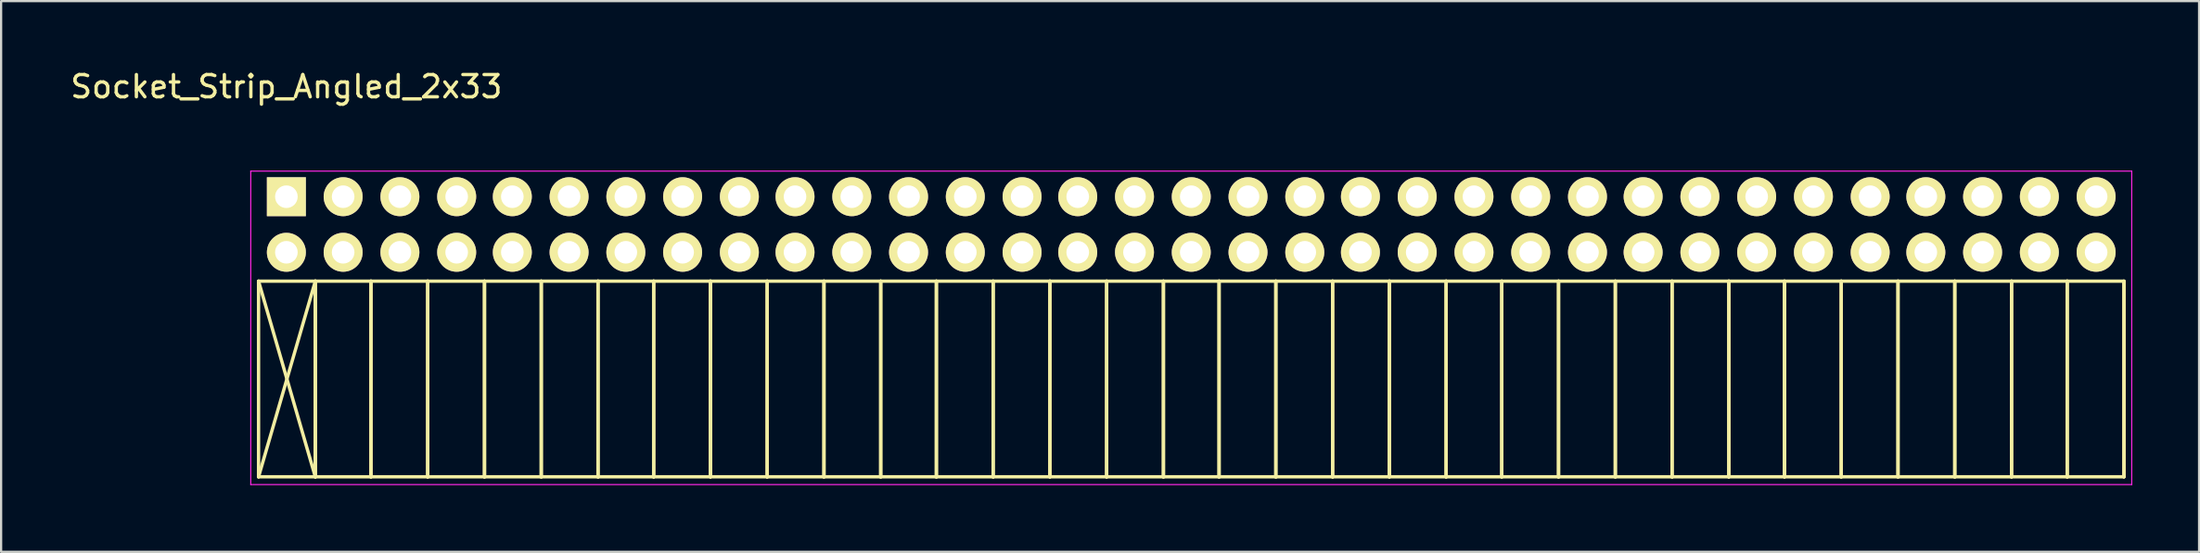
<source format=kicad_pcb>
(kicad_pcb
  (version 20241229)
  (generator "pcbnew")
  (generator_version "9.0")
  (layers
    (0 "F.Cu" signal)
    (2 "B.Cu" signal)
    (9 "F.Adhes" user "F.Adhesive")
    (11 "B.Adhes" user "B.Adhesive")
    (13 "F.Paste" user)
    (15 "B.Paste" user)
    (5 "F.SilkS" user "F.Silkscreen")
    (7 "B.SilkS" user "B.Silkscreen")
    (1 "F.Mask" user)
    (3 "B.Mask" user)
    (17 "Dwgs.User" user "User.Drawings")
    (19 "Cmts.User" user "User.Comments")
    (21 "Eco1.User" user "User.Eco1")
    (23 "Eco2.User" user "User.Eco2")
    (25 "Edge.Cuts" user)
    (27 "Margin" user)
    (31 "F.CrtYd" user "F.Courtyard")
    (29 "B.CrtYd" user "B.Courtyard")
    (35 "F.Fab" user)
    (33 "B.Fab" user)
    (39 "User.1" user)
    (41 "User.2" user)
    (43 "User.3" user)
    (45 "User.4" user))
  (footprint "Socket_Strip_Angled_2x33"
    (layer "F.Cu")
    (at 9.815 5.798)
    (property "Reference" "Socket_Strip_Angled_2x33" (at 0 -4.95 0) (layer "F.SilkS") (effects (font (size 1 1) (thickness 0.15))))
    (attr through_hole)
    (fp_line (start -1.25 3.8) (end -1.25 12.6) (stroke (width 0.15) (type solid)) (layer "F.SilkS"))
    (fp_line (start -1.25 3.8) (end 1.3 3.8) (stroke (width 0.15) (type solid)) (layer "F.SilkS"))
    (fp_line (start -1.25 3.8) (end 1.3 12.6) (stroke (width 0.15) (type solid)) (layer "F.SilkS"))
    (fp_line (start -1.25 12.6) (end 1.3 3.8) (stroke (width 0.15) (type solid)) (layer "F.SilkS"))
    (fp_line (start -1.25 12.6) (end 1.3 12.6) (stroke (width 0.15) (type solid)) (layer "F.SilkS"))
    (fp_line (start 1.3 3.8) (end 1.3 12.6) (stroke (width 0.15) (type solid)) (layer "F.SilkS"))
    (fp_line (start 1.3 3.8) (end 3.8 3.8) (stroke (width 0.15) (type solid)) (layer "F.SilkS"))
    (fp_line (start 1.3 12.6) (end 1.3 3.8) (stroke (width 0.15) (type solid)) (layer "F.SilkS"))
    (fp_line (start 1.3 12.6) (end 3.8 12.6) (stroke (width 0.15) (type solid)) (layer "F.SilkS"))
    (fp_line (start 3.8 3.8) (end 3.8 12.6) (stroke (width 0.15) (type solid)) (layer "F.SilkS"))
    (fp_line (start 3.8 3.8) (end 6.35 3.8) (stroke (width 0.15) (type solid)) (layer "F.SilkS"))
    (fp_line (start 3.8 12.6) (end 3.8 3.8) (stroke (width 0.15) (type solid)) (layer "F.SilkS"))
    (fp_line (start 3.8 12.6) (end 6.35 12.6) (stroke (width 0.15) (type solid)) (layer "F.SilkS"))
    (fp_line (start 6.35 3.8) (end 6.35 12.6) (stroke (width 0.15) (type solid)) (layer "F.SilkS"))
    (fp_line (start 6.35 3.8) (end 8.9 3.8) (stroke (width 0.15) (type solid)) (layer "F.SilkS"))
    (fp_line (start 6.35 12.6) (end 6.35 3.8) (stroke (width 0.15) (type solid)) (layer "F.SilkS"))
    (fp_line (start 6.35 12.6) (end 8.9 12.6) (stroke (width 0.15) (type solid)) (layer "F.SilkS"))
    (fp_line (start 8.9 3.8) (end 8.9 12.6) (stroke (width 0.15) (type solid)) (layer "F.SilkS"))
    (fp_line (start 8.9 3.8) (end 11.45 3.8) (stroke (width 0.15) (type solid)) (layer "F.SilkS"))
    (fp_line (start 8.9 12.6) (end 8.9 3.8) (stroke (width 0.15) (type solid)) (layer "F.SilkS"))
    (fp_line (start 8.9 12.6) (end 11.45 12.6) (stroke (width 0.15) (type solid)) (layer "F.SilkS"))
    (fp_line (start 11.45 3.8) (end 11.45 12.6) (stroke (width 0.15) (type solid)) (layer "F.SilkS"))
    (fp_line (start 11.45 3.8) (end 14 3.8) (stroke (width 0.15) (type solid)) (layer "F.SilkS"))
    (fp_line (start 11.45 12.6) (end 11.45 3.8) (stroke (width 0.15) (type solid)) (layer "F.SilkS"))
    (fp_line (start 11.45 12.6) (end 14 12.6) (stroke (width 0.15) (type solid)) (layer "F.SilkS"))
    (fp_line (start 14 3.8) (end 14 12.6) (stroke (width 0.15) (type solid)) (layer "F.SilkS"))
    (fp_line (start 14 3.8) (end 16.5 3.8) (stroke (width 0.15) (type solid)) (layer "F.SilkS"))
    (fp_line (start 14 12.6) (end 14 3.8) (stroke (width 0.15) (type solid)) (layer "F.SilkS"))
    (fp_line (start 14 12.6) (end 16.5 12.6) (stroke (width 0.15) (type solid)) (layer "F.SilkS"))
    (fp_line (start 16.5 3.8) (end 16.5 12.6) (stroke (width 0.15) (type solid)) (layer "F.SilkS"))
    (fp_line (start 16.5 3.8) (end 19.05 3.8) (stroke (width 0.15) (type solid)) (layer "F.SilkS"))
    (fp_line (start 16.5 12.6) (end 16.5 3.8) (stroke (width 0.15) (type solid)) (layer "F.SilkS"))
    (fp_line (start 16.5 12.6) (end 19.05 12.6) (stroke (width 0.15) (type solid)) (layer "F.SilkS"))
    (fp_line (start 19.05 3.8) (end 19.05 12.6) (stroke (width 0.15) (type solid)) (layer "F.SilkS"))
    (fp_line (start 19.05 3.8) (end 21.6 3.8) (stroke (width 0.15) (type solid)) (layer "F.SilkS"))
    (fp_line (start 19.05 12.6) (end 19.05 3.8) (stroke (width 0.15) (type solid)) (layer "F.SilkS"))
    (fp_line (start 19.05 12.6) (end 21.6 12.6) (stroke (width 0.15) (type solid)) (layer "F.SilkS"))
    (fp_line (start 21.6 3.8) (end 21.6 12.6) (stroke (width 0.15) (type solid)) (layer "F.SilkS"))
    (fp_line (start 21.6 3.8) (end 24.15 3.8) (stroke (width 0.15) (type solid)) (layer "F.SilkS"))
    (fp_line (start 21.6 12.6) (end 21.6 3.8) (stroke (width 0.15) (type solid)) (layer "F.SilkS"))
    (fp_line (start 21.6 12.6) (end 24.15 12.6) (stroke (width 0.15) (type solid)) (layer "F.SilkS"))
    (fp_line (start 24.15 3.8) (end 24.15 12.6) (stroke (width 0.15) (type solid)) (layer "F.SilkS"))
    (fp_line (start 24.15 3.8) (end 26.7 3.8) (stroke (width 0.15) (type solid)) (layer "F.SilkS"))
    (fp_line (start 24.15 12.6) (end 24.15 3.8) (stroke (width 0.15) (type solid)) (layer "F.SilkS"))
    (fp_line (start 24.15 12.6) (end 26.7 12.6) (stroke (width 0.15) (type solid)) (layer "F.SilkS"))
    (fp_line (start 26.7 3.8) (end 26.7 12.6) (stroke (width 0.15) (type solid)) (layer "F.SilkS"))
    (fp_line (start 26.7 3.8) (end 29.2 3.8) (stroke (width 0.15) (type solid)) (layer "F.SilkS"))
    (fp_line (start 26.7 12.6) (end 26.7 3.8) (stroke (width 0.15) (type solid)) (layer "F.SilkS"))
    (fp_line (start 26.7 12.6) (end 29.2 12.6) (stroke (width 0.15) (type solid)) (layer "F.SilkS"))
    (fp_line (start 29.2 3.8) (end 29.2 12.6) (stroke (width 0.15) (type solid)) (layer "F.SilkS"))
    (fp_line (start 29.2 3.8) (end 31.75 3.8) (stroke (width 0.15) (type solid)) (layer "F.SilkS"))
    (fp_line (start 29.2 12.6) (end 29.2 3.8) (stroke (width 0.15) (type solid)) (layer "F.SilkS"))
    (fp_line (start 29.2 12.6) (end 31.75 12.6) (stroke (width 0.15) (type solid)) (layer "F.SilkS"))
    (fp_line (start 31.75 3.8) (end 31.75 12.6) (stroke (width 0.15) (type solid)) (layer "F.SilkS"))
    (fp_line (start 31.75 3.8) (end 34.3 3.8) (stroke (width 0.15) (type solid)) (layer "F.SilkS"))
    (fp_line (start 31.75 12.6) (end 31.75 3.8) (stroke (width 0.15) (type solid)) (layer "F.SilkS"))
    (fp_line (start 31.75 12.6) (end 34.3 12.6) (stroke (width 0.15) (type solid)) (layer "F.SilkS"))
    (fp_line (start 34.3 3.8) (end 34.3 12.6) (stroke (width 0.15) (type solid)) (layer "F.SilkS"))
    (fp_line (start 34.3 3.8) (end 36.85 3.8) (stroke (width 0.15) (type solid)) (layer "F.SilkS"))
    (fp_line (start 34.3 12.6) (end 34.3 3.8) (stroke (width 0.15) (type solid)) (layer "F.SilkS"))
    (fp_line (start 34.3 12.6) (end 36.85 12.6) (stroke (width 0.15) (type solid)) (layer "F.SilkS"))
    (fp_line (start 36.85 3.8) (end 36.85 12.6) (stroke (width 0.15) (type solid)) (layer "F.SilkS"))
    (fp_line (start 36.85 3.8) (end 39.4 3.8) (stroke (width 0.15) (type solid)) (layer "F.SilkS"))
    (fp_line (start 36.85 12.6) (end 36.85 3.8) (stroke (width 0.15) (type solid)) (layer "F.SilkS"))
    (fp_line (start 36.85 12.6) (end 39.4 12.6) (stroke (width 0.15) (type solid)) (layer "F.SilkS"))
    (fp_line (start 39.4 3.8) (end 39.4 12.6) (stroke (width 0.15) (type solid)) (layer "F.SilkS"))
    (fp_line (start 39.4 3.8) (end 41.9 3.8) (stroke (width 0.15) (type solid)) (layer "F.SilkS"))
    (fp_line (start 39.4 12.6) (end 39.4 3.8) (stroke (width 0.15) (type solid)) (layer "F.SilkS"))
    (fp_line (start 39.4 12.6) (end 41.9 12.6) (stroke (width 0.15) (type solid)) (layer "F.SilkS"))
    (fp_line (start 41.9 3.8) (end 41.9 12.6) (stroke (width 0.15) (type solid)) (layer "F.SilkS"))
    (fp_line (start 41.9 3.8) (end 44.45 3.8) (stroke (width 0.15) (type solid)) (layer "F.SilkS"))
    (fp_line (start 41.9 12.6) (end 41.9 3.8) (stroke (width 0.15) (type solid)) (layer "F.SilkS"))
    (fp_line (start 41.9 12.6) (end 44.45 12.6) (stroke (width 0.15) (type solid)) (layer "F.SilkS"))
    (fp_line (start 44.45 3.8) (end 44.45 12.6) (stroke (width 0.15) (type solid)) (layer "F.SilkS"))
    (fp_line (start 44.45 3.8) (end 47 3.8) (stroke (width 0.15) (type solid)) (layer "F.SilkS"))
    (fp_line (start 44.45 12.6) (end 44.45 3.8) (stroke (width 0.15) (type solid)) (layer "F.SilkS"))
    (fp_line (start 44.45 12.6) (end 47 12.6) (stroke (width 0.15) (type solid)) (layer "F.SilkS"))
    (fp_line (start 47 3.8) (end 47 12.6) (stroke (width 0.15) (type solid)) (layer "F.SilkS"))
    (fp_line (start 47 3.8) (end 49.55 3.8) (stroke (width 0.15) (type solid)) (layer "F.SilkS"))
    (fp_line (start 47 12.6) (end 47 3.8) (stroke (width 0.15) (type solid)) (layer "F.SilkS"))
    (fp_line (start 47 12.6) (end 49.55 12.6) (stroke (width 0.15) (type solid)) (layer "F.SilkS"))
    (fp_line (start 49.55 3.8) (end 49.55 12.6) (stroke (width 0.15) (type solid)) (layer "F.SilkS"))
    (fp_line (start 49.55 3.8) (end 52.1 3.8) (stroke (width 0.15) (type solid)) (layer "F.SilkS"))
    (fp_line (start 49.55 12.6) (end 49.55 3.8) (stroke (width 0.15) (type solid)) (layer "F.SilkS"))
    (fp_line (start 49.55 12.6) (end 52.1 12.6) (stroke (width 0.15) (type solid)) (layer "F.SilkS"))
    (fp_line (start 52.1 3.8) (end 52.1 12.6) (stroke (width 0.15) (type solid)) (layer "F.SilkS"))
    (fp_line (start 52.1 3.8) (end 54.6 3.8) (stroke (width 0.15) (type solid)) (layer "F.SilkS"))
    (fp_line (start 52.1 12.6) (end 52.1 3.8) (stroke (width 0.15) (type solid)) (layer "F.SilkS"))
    (fp_line (start 52.1 12.6) (end 54.6 12.6) (stroke (width 0.15) (type solid)) (layer "F.SilkS"))
    (fp_line (start 54.6 3.8) (end 54.6 12.6) (stroke (width 0.15) (type solid)) (layer "F.SilkS"))
    (fp_line (start 54.6 3.8) (end 57.15 3.8) (stroke (width 0.15) (type solid)) (layer "F.SilkS"))
    (fp_line (start 54.6 12.6) (end 54.6 3.8) (stroke (width 0.15) (type solid)) (layer "F.SilkS"))
    (fp_line (start 54.6 12.6) (end 57.15 12.6) (stroke (width 0.15) (type solid)) (layer "F.SilkS"))
    (fp_line (start 57.15 3.8) (end 57.15 12.6) (stroke (width 0.15) (type solid)) (layer "F.SilkS"))
    (fp_line (start 57.15 3.8) (end 59.7 3.8) (stroke (width 0.15) (type solid)) (layer "F.SilkS"))
    (fp_line (start 57.15 12.6) (end 57.15 3.8) (stroke (width 0.15) (type solid)) (layer "F.SilkS"))
    (fp_line (start 57.15 12.6) (end 59.7 12.6) (stroke (width 0.15) (type solid)) (layer "F.SilkS"))
    (fp_line (start 59.7 3.8) (end 59.7 12.6) (stroke (width 0.15) (type solid)) (layer "F.SilkS"))
    (fp_line (start 59.7 3.8) (end 62.25 3.8) (stroke (width 0.15) (type solid)) (layer "F.SilkS"))
    (fp_line (start 59.7 12.6) (end 59.7 3.8) (stroke (width 0.15) (type solid)) (layer "F.SilkS"))
    (fp_line (start 59.7 12.6) (end 62.25 12.6) (stroke (width 0.15) (type solid)) (layer "F.SilkS"))
    (fp_line (start 62.25 3.8) (end 62.25 12.6) (stroke (width 0.15) (type solid)) (layer "F.SilkS"))
    (fp_line (start 62.25 3.8) (end 64.8 3.8) (stroke (width 0.15) (type solid)) (layer "F.SilkS"))
    (fp_line (start 62.25 12.6) (end 62.25 3.8) (stroke (width 0.15) (type solid)) (layer "F.SilkS"))
    (fp_line (start 62.25 12.6) (end 64.8 12.6) (stroke (width 0.15) (type solid)) (layer "F.SilkS"))
    (fp_line (start 64.8 3.8) (end 64.8 12.6) (stroke (width 0.15) (type solid)) (layer "F.SilkS"))
    (fp_line (start 64.8 3.8) (end 67.3 3.8) (stroke (width 0.15) (type solid)) (layer "F.SilkS"))
    (fp_line (start 64.8 12.6) (end 64.8 3.8) (stroke (width 0.15) (type solid)) (layer "F.SilkS"))
    (fp_line (start 64.8 12.6) (end 67.3 12.6) (stroke (width 0.15) (type solid)) (layer "F.SilkS"))
    (fp_line (start 67.3 3.8) (end 67.3 12.6) (stroke (width 0.15) (type solid)) (layer "F.SilkS"))
    (fp_line (start 67.3 3.8) (end 69.85 3.8) (stroke (width 0.15) (type solid)) (layer "F.SilkS"))
    (fp_line (start 67.3 12.6) (end 67.3 3.8) (stroke (width 0.15) (type solid)) (layer "F.SilkS"))
    (fp_line (start 67.3 12.6) (end 69.85 12.6) (stroke (width 0.15) (type solid)) (layer "F.SilkS"))
    (fp_line (start 69.85 3.8) (end 69.85 12.6) (stroke (width 0.15) (type solid)) (layer "F.SilkS"))
    (fp_line (start 69.85 3.8) (end 72.4 3.8) (stroke (width 0.15) (type solid)) (layer "F.SilkS"))
    (fp_line (start 69.85 12.6) (end 69.85 3.8) (stroke (width 0.15) (type solid)) (layer "F.SilkS"))
    (fp_line (start 69.85 12.6) (end 72.4 12.6) (stroke (width 0.15) (type solid)) (layer "F.SilkS"))
    (fp_line (start 72.4 3.8) (end 72.4 12.6) (stroke (width 0.15) (type solid)) (layer "F.SilkS"))
    (fp_line (start 72.4 3.8) (end 74.95 3.8) (stroke (width 0.15) (type solid)) (layer "F.SilkS"))
    (fp_line (start 72.4 12.6) (end 72.4 3.8) (stroke (width 0.15) (type solid)) (layer "F.SilkS"))
    (fp_line (start 72.4 12.6) (end 74.95 12.6) (stroke (width 0.15) (type solid)) (layer "F.SilkS"))
    (fp_line (start 74.95 3.8) (end 74.95 12.6) (stroke (width 0.15) (type solid)) (layer "F.SilkS"))
    (fp_line (start 74.95 3.8) (end 77.5 3.8) (stroke (width 0.15) (type solid)) (layer "F.SilkS"))
    (fp_line (start 74.95 12.6) (end 74.95 3.8) (stroke (width 0.15) (type solid)) (layer "F.SilkS"))
    (fp_line (start 74.95 12.6) (end 77.5 12.6) (stroke (width 0.15) (type solid)) (layer "F.SilkS"))
    (fp_line (start 77.5 3.8) (end 77.5 12.6) (stroke (width 0.15) (type solid)) (layer "F.SilkS"))
    (fp_line (start 77.5 3.8) (end 80 3.8) (stroke (width 0.15) (type solid)) (layer "F.SilkS"))
    (fp_line (start 77.5 12.6) (end 77.5 3.8) (stroke (width 0.15) (type solid)) (layer "F.SilkS"))
    (fp_line (start 77.5 12.6) (end 80 12.6) (stroke (width 0.15) (type solid)) (layer "F.SilkS"))
    (fp_line (start 80 3.8) (end 80 12.6) (stroke (width 0.15) (type solid)) (layer "F.SilkS"))
    (fp_line (start 80 3.8) (end 82.55 3.8) (stroke (width 0.15) (type solid)) (layer "F.SilkS"))
    (fp_line (start 80 12.6) (end 80 3.8) (stroke (width 0.15) (type solid)) (layer "F.SilkS"))
    (fp_line (start 80 12.6) (end 82.55 12.6) (stroke (width 0.15) (type solid)) (layer "F.SilkS"))
    (fp_line (start 82.55 3.8) (end 82.55 12.6) (stroke (width 0.15) (type solid)) (layer "F.SilkS"))
    (fp_line (start 82.55 12.6) (end 82.55 3.8) (stroke (width 0.15) (type solid)) (layer "F.SilkS"))
    (fp_line (start -1.6 -1.15) (end -1.6 12.95) (stroke (width 0.05) (type solid)) (layer "F.CrtYd"))
    (fp_line (start -1.6 -1.15) (end 82.9 -1.15) (stroke (width 0.05) (type solid)) (layer "F.CrtYd"))
    (fp_line (start -1.6 12.95) (end 82.9 12.95) (stroke (width 0.05) (type solid)) (layer "F.CrtYd"))
    (fp_line (start 82.9 -1.15) (end 82.9 12.95) (stroke (width 0.05) (type solid)) (layer "F.CrtYd"))
    (pad "1" thru_hole rect (at 0 0) (size 1.75 1.75) (drill 1.016) (layers "*.Cu" "*.Mask" "F.SilkS"))
    (pad "2" thru_hole oval (at 0 2.5) (size 1.75 1.75) (drill 1.016) (layers "*.Cu" "*.Mask" "F.SilkS"))
    (pad "3" thru_hole oval (at 2.55 0) (size 1.75 1.75) (drill 1.016) (layers "*.Cu" "*.Mask" "F.SilkS"))
    (pad "4" thru_hole oval (at 2.55 2.5) (size 1.75 1.75) (drill 1.016) (layers "*.Cu" "*.Mask" "F.SilkS"))
    (pad "5" thru_hole oval (at 5.1 0) (size 1.75 1.75) (drill 1.016) (layers "*.Cu" "*.Mask" "F.SilkS"))
    (pad "6" thru_hole oval (at 5.1 2.5) (size 1.75 1.75) (drill 1.016) (layers "*.Cu" "*.Mask" "F.SilkS"))
    (pad "7" thru_hole oval (at 7.65 0) (size 1.75 1.75) (drill 1.016) (layers "*.Cu" "*.Mask" "F.SilkS"))
    (pad "8" thru_hole oval (at 7.65 2.5) (size 1.75 1.75) (drill 1.016) (layers "*.Cu" "*.Mask" "F.SilkS"))
    (pad "9" thru_hole oval (at 10.15 0) (size 1.75 1.75) (drill 1.016) (layers "*.Cu" "*.Mask" "F.SilkS"))
    (pad "10" thru_hole oval (at 10.15 2.5) (size 1.75 1.75) (drill 1.016) (layers "*.Cu" "*.Mask" "F.SilkS"))
    (pad "11" thru_hole oval (at 12.7 0) (size 1.75 1.75) (drill 1.016) (layers "*.Cu" "*.Mask" "F.SilkS"))
    (pad "12" thru_hole oval (at 12.7 2.5) (size 1.75 1.75) (drill 1.016) (layers "*.Cu" "*.Mask" "F.SilkS"))
    (pad "13" thru_hole oval (at 15.25 0) (size 1.75 1.75) (drill 1.016) (layers "*.Cu" "*.Mask" "F.SilkS"))
    (pad "14" thru_hole oval (at 15.25 2.5) (size 1.75 1.75) (drill 1.016) (layers "*.Cu" "*.Mask" "F.SilkS"))
    (pad "15" thru_hole oval (at 17.8 0) (size 1.75 1.75) (drill 1.016) (layers "*.Cu" "*.Mask" "F.SilkS"))
    (pad "16" thru_hole oval (at 17.8 2.5) (size 1.75 1.75) (drill 1.016) (layers "*.Cu" "*.Mask" "F.SilkS"))
    (pad "17" thru_hole oval (at 20.35 0) (size 1.75 1.75) (drill 1.016) (layers "*.Cu" "*.Mask" "F.SilkS"))
    (pad "18" thru_hole oval (at 20.35 2.5) (size 1.75 1.75) (drill 1.016) (layers "*.Cu" "*.Mask" "F.SilkS"))
    (pad "19" thru_hole oval (at 22.85 0) (size 1.75 1.75) (drill 1.016) (layers "*.Cu" "*.Mask" "F.SilkS"))
    (pad "20" thru_hole oval (at 22.85 2.5) (size 1.75 1.75) (drill 1.016) (layers "*.Cu" "*.Mask" "F.SilkS"))
    (pad "21" thru_hole oval (at 25.4 0) (size 1.75 1.75) (drill 1.016) (layers "*.Cu" "*.Mask" "F.SilkS"))
    (pad "22" thru_hole oval (at 25.4 2.5) (size 1.75 1.75) (drill 1.016) (layers "*.Cu" "*.Mask" "F.SilkS"))
    (pad "23" thru_hole oval (at 27.95 0) (size 1.75 1.75) (drill 1.016) (layers "*.Cu" "*.Mask" "F.SilkS"))
    (pad "24" thru_hole oval (at 27.95 2.5) (size 1.75 1.75) (drill 1.016) (layers "*.Cu" "*.Mask" "F.SilkS"))
    (pad "25" thru_hole oval (at 30.5 0) (size 1.75 1.75) (drill 1.016) (layers "*.Cu" "*.Mask" "F.SilkS"))
    (pad "26" thru_hole oval (at 30.5 2.5) (size 1.75 1.75) (drill 1.016) (layers "*.Cu" "*.Mask" "F.SilkS"))
    (pad "27" thru_hole oval (at 33.05 0) (size 1.75 1.75) (drill 1.016) (layers "*.Cu" "*.Mask" "F.SilkS"))
    (pad "28" thru_hole oval (at 33.05 2.5) (size 1.75 1.75) (drill 1.016) (layers "*.Cu" "*.Mask" "F.SilkS"))
    (pad "29" thru_hole oval (at 35.55 0) (size 1.75 1.75) (drill 1.016) (layers "*.Cu" "*.Mask" "F.SilkS"))
    (pad "30" thru_hole oval (at 35.55 2.5) (size 1.75 1.75) (drill 1.016) (layers "*.Cu" "*.Mask" "F.SilkS"))
    (pad "31" thru_hole oval (at 38.1 0) (size 1.75 1.75) (drill 1.016) (layers "*.Cu" "*.Mask" "F.SilkS"))
    (pad "32" thru_hole oval (at 38.1 2.5) (size 1.75 1.75) (drill 1.016) (layers "*.Cu" "*.Mask" "F.SilkS"))
    (pad "33" thru_hole oval (at 40.65 0) (size 1.75 1.75) (drill 1.016) (layers "*.Cu" "*.Mask" "F.SilkS"))
    (pad "34" thru_hole oval (at 40.65 2.5) (size 1.75 1.75) (drill 1.016) (layers "*.Cu" "*.Mask" "F.SilkS"))
    (pad "35" thru_hole oval (at 43.2 0) (size 1.75 1.75) (drill 1.016) (layers "*.Cu" "*.Mask" "F.SilkS"))
    (pad "36" thru_hole oval (at 43.2 2.5) (size 1.75 1.75) (drill 1.016) (layers "*.Cu" "*.Mask" "F.SilkS"))
    (pad "37" thru_hole oval (at 45.75 0) (size 1.75 1.75) (drill 1.016) (layers "*.Cu" "*.Mask" "F.SilkS"))
    (pad "38" thru_hole oval (at 45.75 2.5) (size 1.75 1.75) (drill 1.016) (layers "*.Cu" "*.Mask" "F.SilkS"))
    (pad "39" thru_hole oval (at 48.25 0) (size 1.75 1.75) (drill 1.016) (layers "*.Cu" "*.Mask" "F.SilkS"))
    (pad "40" thru_hole oval (at 48.25 2.5) (size 1.75 1.75) (drill 1.016) (layers "*.Cu" "*.Mask" "F.SilkS"))
    (pad "41" thru_hole oval (at 50.8 0) (size 1.75 1.75) (drill 1.016) (layers "*.Cu" "*.Mask" "F.SilkS"))
    (pad "42" thru_hole oval (at 50.8 2.5) (size 1.75 1.75) (drill 1.016) (layers "*.Cu" "*.Mask" "F.SilkS"))
    (pad "43" thru_hole oval (at 53.35 0) (size 1.75 1.75) (drill 1.016) (layers "*.Cu" "*.Mask" "F.SilkS"))
    (pad "44" thru_hole oval (at 53.35 2.5) (size 1.75 1.75) (drill 1.016) (layers "*.Cu" "*.Mask" "F.SilkS"))
    (pad "45" thru_hole oval (at 55.9 0) (size 1.75 1.75) (drill 1.016) (layers "*.Cu" "*.Mask" "F.SilkS"))
    (pad "46" thru_hole oval (at 55.9 2.5) (size 1.75 1.75) (drill 1.016) (layers "*.Cu" "*.Mask" "F.SilkS"))
    (pad "47" thru_hole oval (at 58.45 0) (size 1.75 1.75) (drill 1.016) (layers "*.Cu" "*.Mask" "F.SilkS"))
    (pad "48" thru_hole oval (at 58.45 2.5) (size 1.75 1.75) (drill 1.016) (layers "*.Cu" "*.Mask" "F.SilkS"))
    (pad "49" thru_hole oval (at 60.95 0) (size 1.75 1.75) (drill 1.016) (layers "*.Cu" "*.Mask" "F.SilkS"))
    (pad "50" thru_hole oval (at 60.95 2.5) (size 1.75 1.75) (drill 1.016) (layers "*.Cu" "*.Mask" "F.SilkS"))
    (pad "51" thru_hole oval (at 63.5 0) (size 1.75 1.75) (drill 1.016) (layers "*.Cu" "*.Mask" "F.SilkS"))
    (pad "52" thru_hole oval (at 63.5 2.5) (size 1.75 1.75) (drill 1.016) (layers "*.Cu" "*.Mask" "F.SilkS"))
    (pad "53" thru_hole oval (at 66.05 0) (size 1.75 1.75) (drill 1.016) (layers "*.Cu" "*.Mask" "F.SilkS"))
    (pad "54" thru_hole oval (at 66.05 2.5) (size 1.75 1.75) (drill 1.016) (layers "*.Cu" "*.Mask" "F.SilkS"))
    (pad "55" thru_hole oval (at 68.6 0) (size 1.75 1.75) (drill 1.016) (layers "*.Cu" "*.Mask" "F.SilkS"))
    (pad "56" thru_hole oval (at 68.6 2.5) (size 1.75 1.75) (drill 1.016) (layers "*.Cu" "*.Mask" "F.SilkS"))
    (pad "57" thru_hole oval (at 71.15 0) (size 1.75 1.75) (drill 1.016) (layers "*.Cu" "*.Mask" "F.SilkS"))
    (pad "58" thru_hole oval (at 71.15 2.5) (size 1.75 1.75) (drill 1.016) (layers "*.Cu" "*.Mask" "F.SilkS"))
    (pad "59" thru_hole oval (at 73.65 0) (size 1.75 1.75) (drill 1.016) (layers "*.Cu" "*.Mask" "F.SilkS"))
    (pad "60" thru_hole oval (at 73.65 2.5) (size 1.75 1.75) (drill 1.016) (layers "*.Cu" "*.Mask" "F.SilkS"))
    (pad "61" thru_hole oval (at 76.2 0) (size 1.75 1.75) (drill 1.016) (layers "*.Cu" "*.Mask" "F.SilkS"))
    (pad "62" thru_hole oval (at 76.2 2.5) (size 1.75 1.75) (drill 1.016) (layers "*.Cu" "*.Mask" "F.SilkS"))
    (pad "63" thru_hole oval (at 78.75 0) (size 1.75 1.75) (drill 1.016) (layers "*.Cu" "*.Mask" "F.SilkS"))
    (pad "64" thru_hole oval (at 78.75 2.5) (size 1.75 1.75) (drill 1.016) (layers "*.Cu" "*.Mask" "F.SilkS"))
    (pad "65" thru_hole oval (at 81.3 0) (size 1.75 1.75) (drill 1.016) (layers "*.Cu" "*.Mask" "F.SilkS"))
    (pad "66" thru_hole oval (at 81.3 2.5) (size 1.75 1.75) (drill 1.016) (layers "*.Cu" "*.Mask" "F.SilkS")))
  (gr_rect
    (start -3 -3)
    (end 95.74 21.773)
    (stroke (width 0.1) (type default))
    (fill no)
    (layer "Edge.Cuts")))
</source>
